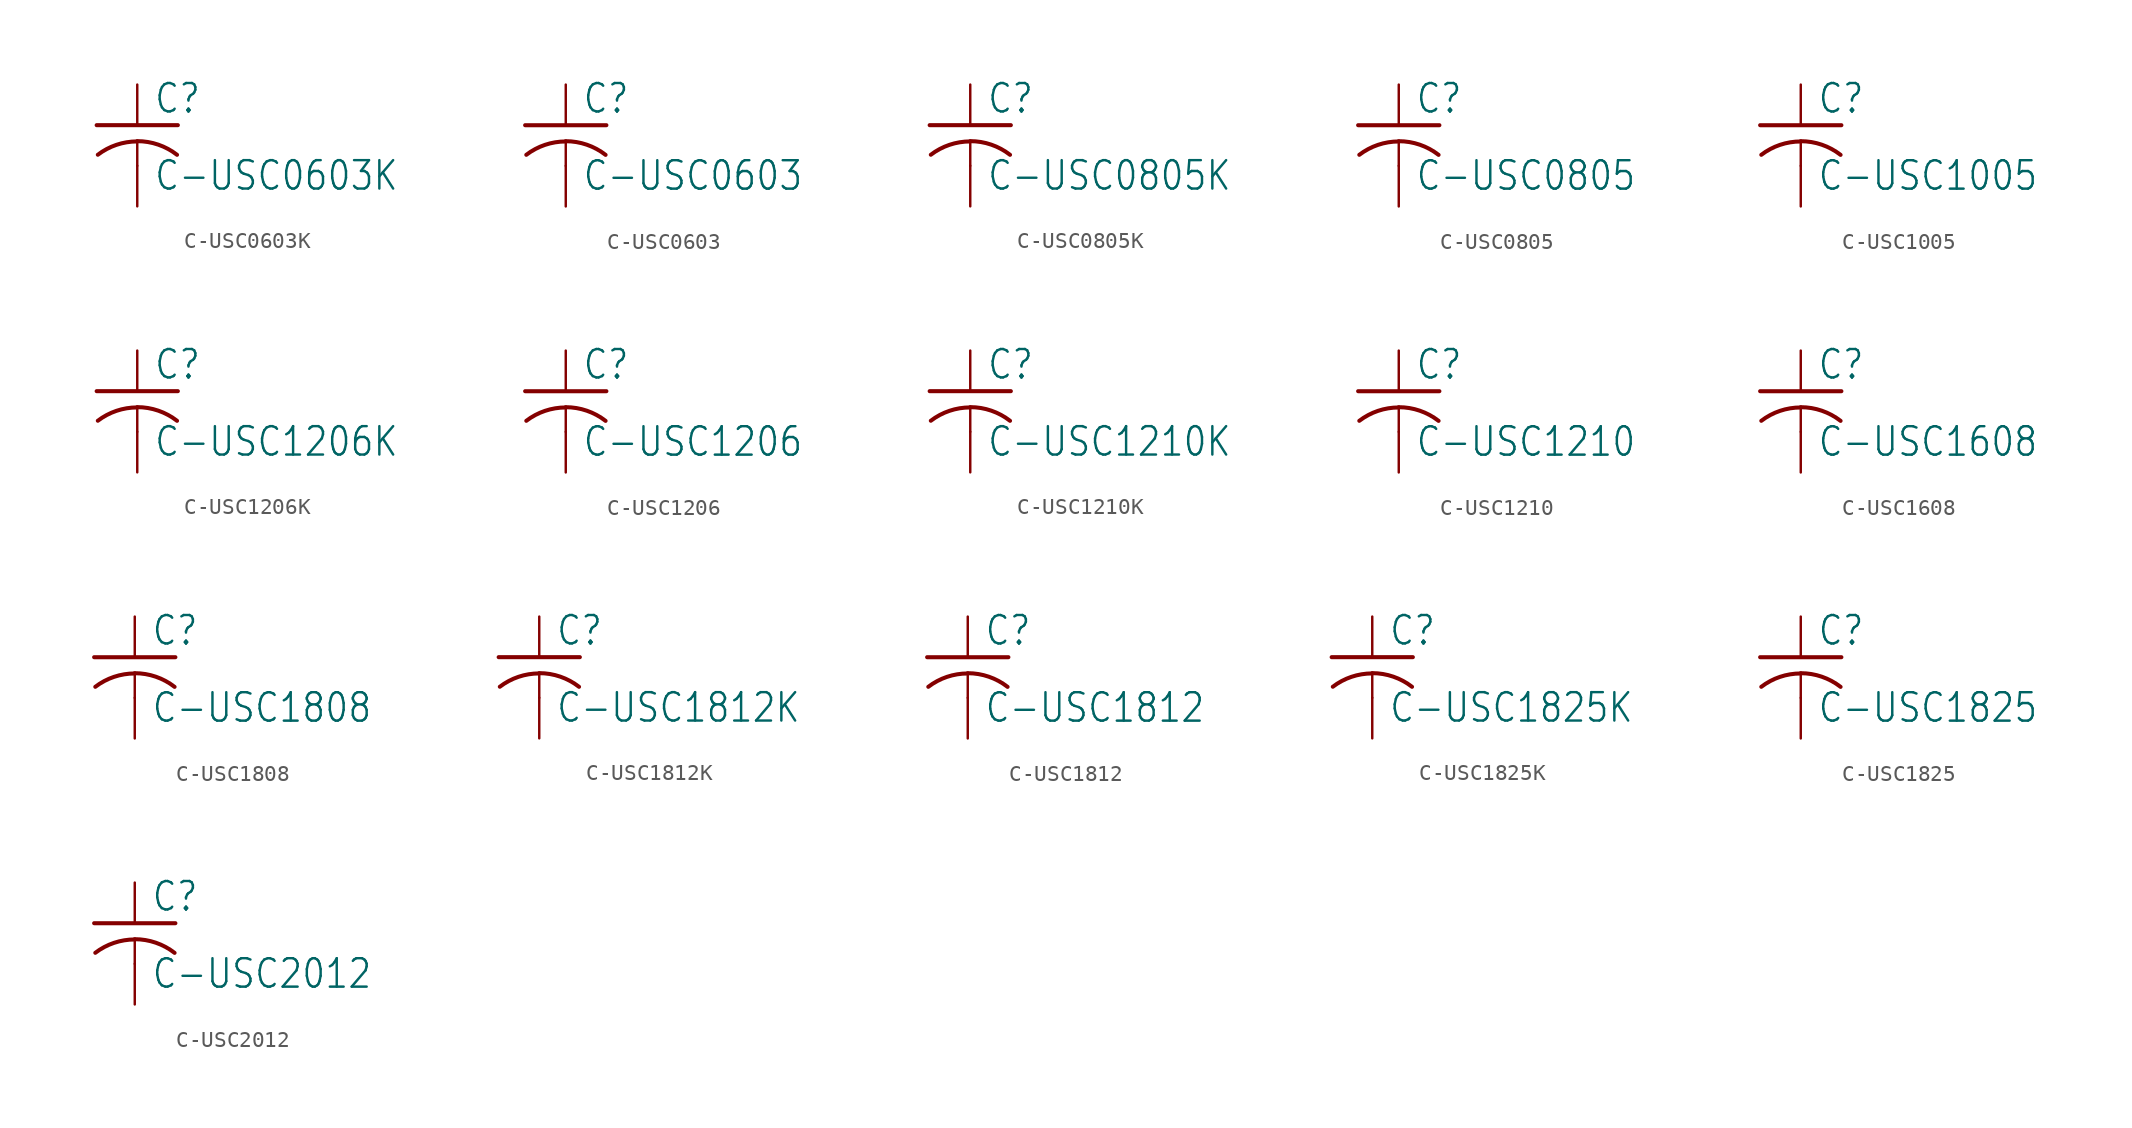
<source format=kicad_sym>
(kicad_symbol_lib
  (version 20201005)
  (generator kicad_symbol_editor)
  (symbol "C-USC0603K"
    (property "Reference" "C"
      (at 1.016 0.635 0)
      (effects (font (size 1.778 1.511)) (justify left bottom)))
    (property "Value" "C-USC0603K"
      (at 1.016 -4.191 0)
      (effects (font (size 1.778 1.511)) (justify left bottom)))
    (property "ki_locked" ""
      (at 0 0 0)
      (effects (font (size 1.27 1.27))))
    (symbol "C-USC0603K_1_0"
      (arc (start 0 -1.0161) (end -2.4668 -1.8504) (radius (at 0 -5.0799) (length 4.0638) (angles 90 127.4)) (stroke (width 0.254)) (fill (type none)))
      (arc (start 2.4892 -1.8542) (end 0 -1) (radius (at 0 -5.0542) (length 4.0541) (angles 52.1 90)) (stroke (width 0.254)) (fill (type none)))
      (polyline (pts (xy -2.54 0) (xy 2.54 0)) (stroke (width 0.254)) (fill (type none)))
      (polyline (pts (xy 0 -1.016) (xy 0 -2.54)) (stroke (width 0.152)) (fill (type none)))
      (pin passive line (at 0 2.54 270) (length 2.54) (name "1" (effects (font (size 0 0)))) (number "1" (effects (font (size 0 0)))))
      (pin passive line (at 0 -5.08 90) (length 2.54) (name "2" (effects (font (size 0 0)))) (number "2" (effects (font (size 0 0)))))))
  (symbol "C-USC0603"
    (property "Reference" "C"
      (at 1.016 0.635 0)
      (effects (font (size 1.778 1.511)) (justify left bottom)))
    (property "Value" "C-USC0603"
      (at 1.016 -4.191 0)
      (effects (font (size 1.778 1.511)) (justify left bottom)))
    (property "ki_locked" ""
      (at 0 0 0)
      (effects (font (size 1.27 1.27))))
    (symbol "C-USC0603_1_0"
      (arc (start 0 -1.0161) (end -2.4668 -1.8504) (radius (at 0 -5.0799) (length 4.0638) (angles 90 127.4)) (stroke (width 0.254)) (fill (type none)))
      (arc (start 2.4892 -1.8542) (end 0 -1) (radius (at 0 -5.0542) (length 4.0541) (angles 52.1 90)) (stroke (width 0.254)) (fill (type none)))
      (polyline (pts (xy -2.54 0) (xy 2.54 0)) (stroke (width 0.254)) (fill (type none)))
      (polyline (pts (xy 0 -1.016) (xy 0 -2.54)) (stroke (width 0.152)) (fill (type none)))
      (pin passive line (at 0 2.54 270) (length 2.54) (name "1" (effects (font (size 0 0)))) (number "1" (effects (font (size 0 0)))))
      (pin passive line (at 0 -5.08 90) (length 2.54) (name "2" (effects (font (size 0 0)))) (number "2" (effects (font (size 0 0)))))))
  (symbol "C-USC0805K"
    (property "Reference" "C"
      (at 1.016 0.635 0)
      (effects (font (size 1.778 1.511)) (justify left bottom)))
    (property "Value" "C-USC0805K"
      (at 1.016 -4.191 0)
      (effects (font (size 1.778 1.511)) (justify left bottom)))
    (property "ki_locked" ""
      (at 0 0 0)
      (effects (font (size 1.27 1.27))))
    (symbol "C-USC0805K_1_0"
      (arc (start 0 -1.0161) (end -2.4668 -1.8504) (radius (at 0 -5.0799) (length 4.0638) (angles 90 127.4)) (stroke (width 0.254)) (fill (type none)))
      (arc (start 2.4892 -1.8542) (end 0 -1) (radius (at 0 -5.0542) (length 4.0541) (angles 52.1 90)) (stroke (width 0.254)) (fill (type none)))
      (polyline (pts (xy -2.54 0) (xy 2.54 0)) (stroke (width 0.254)) (fill (type none)))
      (polyline (pts (xy 0 -1.016) (xy 0 -2.54)) (stroke (width 0.152)) (fill (type none)))
      (pin passive line (at 0 2.54 270) (length 2.54) (name "1" (effects (font (size 0 0)))) (number "1" (effects (font (size 0 0)))))
      (pin passive line (at 0 -5.08 90) (length 2.54) (name "2" (effects (font (size 0 0)))) (number "2" (effects (font (size 0 0)))))))
  (symbol "C-USC0805"
    (property "Reference" "C"
      (at 1.016 0.635 0)
      (effects (font (size 1.778 1.511)) (justify left bottom)))
    (property "Value" "C-USC0805"
      (at 1.016 -4.191 0)
      (effects (font (size 1.778 1.511)) (justify left bottom)))
    (property "ki_locked" ""
      (at 0 0 0)
      (effects (font (size 1.27 1.27))))
    (symbol "C-USC0805_1_0"
      (arc (start 0 -1.0161) (end -2.4668 -1.8504) (radius (at 0 -5.0799) (length 4.0638) (angles 90 127.4)) (stroke (width 0.254)) (fill (type none)))
      (arc (start 2.4892 -1.8542) (end 0 -1) (radius (at 0 -5.0542) (length 4.0541) (angles 52.1 90)) (stroke (width 0.254)) (fill (type none)))
      (polyline (pts (xy -2.54 0) (xy 2.54 0)) (stroke (width 0.254)) (fill (type none)))
      (polyline (pts (xy 0 -1.016) (xy 0 -2.54)) (stroke (width 0.152)) (fill (type none)))
      (pin passive line (at 0 2.54 270) (length 2.54) (name "1" (effects (font (size 0 0)))) (number "1" (effects (font (size 0 0)))))
      (pin passive line (at 0 -5.08 90) (length 2.54) (name "2" (effects (font (size 0 0)))) (number "2" (effects (font (size 0 0)))))))
  (symbol "C-USC1005"
    (property "Reference" "C"
      (at 1.016 0.635 0)
      (effects (font (size 1.778 1.511)) (justify left bottom)))
    (property "Value" "C-USC1005"
      (at 1.016 -4.191 0)
      (effects (font (size 1.778 1.511)) (justify left bottom)))
    (property "ki_locked" ""
      (at 0 0 0)
      (effects (font (size 1.27 1.27))))
    (symbol "C-USC1005_1_0"
      (arc (start 0 -1.0161) (end -2.4668 -1.8504) (radius (at 0 -5.0799) (length 4.0638) (angles 90 127.4)) (stroke (width 0.254)) (fill (type none)))
      (arc (start 2.4892 -1.8542) (end 0 -1) (radius (at 0 -5.0542) (length 4.0541) (angles 52.1 90)) (stroke (width 0.254)) (fill (type none)))
      (polyline (pts (xy -2.54 0) (xy 2.54 0)) (stroke (width 0.254)) (fill (type none)))
      (polyline (pts (xy 0 -1.016) (xy 0 -2.54)) (stroke (width 0.152)) (fill (type none)))
      (pin passive line (at 0 2.54 270) (length 2.54) (name "1" (effects (font (size 0 0)))) (number "1" (effects (font (size 0 0)))))
      (pin passive line (at 0 -5.08 90) (length 2.54) (name "2" (effects (font (size 0 0)))) (number "2" (effects (font (size 0 0)))))))
  (symbol "C-USC1206K"
    (property "Reference" "C"
      (at 1.016 0.635 0)
      (effects (font (size 1.778 1.511)) (justify left bottom)))
    (property "Value" "C-USC1206K"
      (at 1.016 -4.191 0)
      (effects (font (size 1.778 1.511)) (justify left bottom)))
    (property "ki_locked" ""
      (at 0 0 0)
      (effects (font (size 1.27 1.27))))
    (symbol "C-USC1206K_1_0"
      (arc (start 0 -1.0161) (end -2.4668 -1.8504) (radius (at 0 -5.0799) (length 4.0638) (angles 90 127.4)) (stroke (width 0.254)) (fill (type none)))
      (arc (start 2.4892 -1.8542) (end 0 -1) (radius (at 0 -5.0542) (length 4.0541) (angles 52.1 90)) (stroke (width 0.254)) (fill (type none)))
      (polyline (pts (xy -2.54 0) (xy 2.54 0)) (stroke (width 0.254)) (fill (type none)))
      (polyline (pts (xy 0 -1.016) (xy 0 -2.54)) (stroke (width 0.152)) (fill (type none)))
      (pin passive line (at 0 2.54 270) (length 2.54) (name "1" (effects (font (size 0 0)))) (number "1" (effects (font (size 0 0)))))
      (pin passive line (at 0 -5.08 90) (length 2.54) (name "2" (effects (font (size 0 0)))) (number "2" (effects (font (size 0 0)))))))
  (symbol "C-USC1206"
    (property "Reference" "C"
      (at 1.016 0.635 0)
      (effects (font (size 1.778 1.511)) (justify left bottom)))
    (property "Value" "C-USC1206"
      (at 1.016 -4.191 0)
      (effects (font (size 1.778 1.511)) (justify left bottom)))
    (property "ki_locked" ""
      (at 0 0 0)
      (effects (font (size 1.27 1.27))))
    (symbol "C-USC1206_1_0"
      (arc (start 0 -1.0161) (end -2.4668 -1.8504) (radius (at 0 -5.0799) (length 4.0638) (angles 90 127.4)) (stroke (width 0.254)) (fill (type none)))
      (arc (start 2.4892 -1.8542) (end 0 -1) (radius (at 0 -5.0542) (length 4.0541) (angles 52.1 90)) (stroke (width 0.254)) (fill (type none)))
      (polyline (pts (xy -2.54 0) (xy 2.54 0)) (stroke (width 0.254)) (fill (type none)))
      (polyline (pts (xy 0 -1.016) (xy 0 -2.54)) (stroke (width 0.152)) (fill (type none)))
      (pin passive line (at 0 2.54 270) (length 2.54) (name "1" (effects (font (size 0 0)))) (number "1" (effects (font (size 0 0)))))
      (pin passive line (at 0 -5.08 90) (length 2.54) (name "2" (effects (font (size 0 0)))) (number "2" (effects (font (size 0 0)))))))
  (symbol "C-USC1210K"
    (property "Reference" "C"
      (at 1.016 0.635 0)
      (effects (font (size 1.778 1.511)) (justify left bottom)))
    (property "Value" "C-USC1210K"
      (at 1.016 -4.191 0)
      (effects (font (size 1.778 1.511)) (justify left bottom)))
    (property "ki_locked" ""
      (at 0 0 0)
      (effects (font (size 1.27 1.27))))
    (symbol "C-USC1210K_1_0"
      (arc (start 0 -1.0161) (end -2.4668 -1.8504) (radius (at 0 -5.0799) (length 4.0638) (angles 90 127.4)) (stroke (width 0.254)) (fill (type none)))
      (arc (start 2.4892 -1.8542) (end 0 -1) (radius (at 0 -5.0542) (length 4.0541) (angles 52.1 90)) (stroke (width 0.254)) (fill (type none)))
      (polyline (pts (xy -2.54 0) (xy 2.54 0)) (stroke (width 0.254)) (fill (type none)))
      (polyline (pts (xy 0 -1.016) (xy 0 -2.54)) (stroke (width 0.152)) (fill (type none)))
      (pin passive line (at 0 2.54 270) (length 2.54) (name "1" (effects (font (size 0 0)))) (number "1" (effects (font (size 0 0)))))
      (pin passive line (at 0 -5.08 90) (length 2.54) (name "2" (effects (font (size 0 0)))) (number "2" (effects (font (size 0 0)))))))
  (symbol "C-USC1210"
    (property "Reference" "C"
      (at 1.016 0.635 0)
      (effects (font (size 1.778 1.511)) (justify left bottom)))
    (property "Value" "C-USC1210"
      (at 1.016 -4.191 0)
      (effects (font (size 1.778 1.511)) (justify left bottom)))
    (property "ki_locked" ""
      (at 0 0 0)
      (effects (font (size 1.27 1.27))))
    (symbol "C-USC1210_1_0"
      (arc (start 0 -1.0161) (end -2.4668 -1.8504) (radius (at 0 -5.0799) (length 4.0638) (angles 90 127.4)) (stroke (width 0.254)) (fill (type none)))
      (arc (start 2.4892 -1.8542) (end 0 -1) (radius (at 0 -5.0542) (length 4.0541) (angles 52.1 90)) (stroke (width 0.254)) (fill (type none)))
      (polyline (pts (xy -2.54 0) (xy 2.54 0)) (stroke (width 0.254)) (fill (type none)))
      (polyline (pts (xy 0 -1.016) (xy 0 -2.54)) (stroke (width 0.152)) (fill (type none)))
      (pin passive line (at 0 2.54 270) (length 2.54) (name "1" (effects (font (size 0 0)))) (number "1" (effects (font (size 0 0)))))
      (pin passive line (at 0 -5.08 90) (length 2.54) (name "2" (effects (font (size 0 0)))) (number "2" (effects (font (size 0 0)))))))
  (symbol "C-USC1608"
    (property "Reference" "C"
      (at 1.016 0.635 0)
      (effects (font (size 1.778 1.511)) (justify left bottom)))
    (property "Value" "C-USC1608"
      (at 1.016 -4.191 0)
      (effects (font (size 1.778 1.511)) (justify left bottom)))
    (property "ki_locked" ""
      (at 0 0 0)
      (effects (font (size 1.27 1.27))))
    (symbol "C-USC1608_1_0"
      (arc (start 0 -1.0161) (end -2.4668 -1.8504) (radius (at 0 -5.0799) (length 4.0638) (angles 90 127.4)) (stroke (width 0.254)) (fill (type none)))
      (arc (start 2.4892 -1.8542) (end 0 -1) (radius (at 0 -5.0542) (length 4.0541) (angles 52.1 90)) (stroke (width 0.254)) (fill (type none)))
      (polyline (pts (xy -2.54 0) (xy 2.54 0)) (stroke (width 0.254)) (fill (type none)))
      (polyline (pts (xy 0 -1.016) (xy 0 -2.54)) (stroke (width 0.152)) (fill (type none)))
      (pin passive line (at 0 2.54 270) (length 2.54) (name "1" (effects (font (size 0 0)))) (number "1" (effects (font (size 0 0)))))
      (pin passive line (at 0 -5.08 90) (length 2.54) (name "2" (effects (font (size 0 0)))) (number "2" (effects (font (size 0 0)))))))
  (symbol "C-USC1808"
    (property "Reference" "C"
      (at 1.016 0.635 0)
      (effects (font (size 1.778 1.511)) (justify left bottom)))
    (property "Value" "C-USC1808"
      (at 1.016 -4.191 0)
      (effects (font (size 1.778 1.511)) (justify left bottom)))
    (property "ki_locked" ""
      (at 0 0 0)
      (effects (font (size 1.27 1.27))))
    (symbol "C-USC1808_1_0"
      (arc (start 0 -1.0161) (end -2.4668 -1.8504) (radius (at 0 -5.0799) (length 4.0638) (angles 90 127.4)) (stroke (width 0.254)) (fill (type none)))
      (arc (start 2.4892 -1.8542) (end 0 -1) (radius (at 0 -5.0542) (length 4.0541) (angles 52.1 90)) (stroke (width 0.254)) (fill (type none)))
      (polyline (pts (xy -2.54 0) (xy 2.54 0)) (stroke (width 0.254)) (fill (type none)))
      (polyline (pts (xy 0 -1.016) (xy 0 -2.54)) (stroke (width 0.152)) (fill (type none)))
      (pin passive line (at 0 2.54 270) (length 2.54) (name "1" (effects (font (size 0 0)))) (number "1" (effects (font (size 0 0)))))
      (pin passive line (at 0 -5.08 90) (length 2.54) (name "2" (effects (font (size 0 0)))) (number "2" (effects (font (size 0 0)))))))
  (symbol "C-USC1812K"
    (property "Reference" "C"
      (at 1.016 0.635 0)
      (effects (font (size 1.778 1.511)) (justify left bottom)))
    (property "Value" "C-USC1812K"
      (at 1.016 -4.191 0)
      (effects (font (size 1.778 1.511)) (justify left bottom)))
    (property "ki_locked" ""
      (at 0 0 0)
      (effects (font (size 1.27 1.27))))
    (symbol "C-USC1812K_1_0"
      (arc (start 0 -1.0161) (end -2.4668 -1.8504) (radius (at 0 -5.0799) (length 4.0638) (angles 90 127.4)) (stroke (width 0.254)) (fill (type none)))
      (arc (start 2.4892 -1.8542) (end 0 -1) (radius (at 0 -5.0542) (length 4.0541) (angles 52.1 90)) (stroke (width 0.254)) (fill (type none)))
      (polyline (pts (xy -2.54 0) (xy 2.54 0)) (stroke (width 0.254)) (fill (type none)))
      (polyline (pts (xy 0 -1.016) (xy 0 -2.54)) (stroke (width 0.152)) (fill (type none)))
      (pin passive line (at 0 2.54 270) (length 2.54) (name "1" (effects (font (size 0 0)))) (number "1" (effects (font (size 0 0)))))
      (pin passive line (at 0 -5.08 90) (length 2.54) (name "2" (effects (font (size 0 0)))) (number "2" (effects (font (size 0 0)))))))
  (symbol "C-USC1812"
    (property "Reference" "C"
      (at 1.016 0.635 0)
      (effects (font (size 1.778 1.511)) (justify left bottom)))
    (property "Value" "C-USC1812"
      (at 1.016 -4.191 0)
      (effects (font (size 1.778 1.511)) (justify left bottom)))
    (property "ki_locked" ""
      (at 0 0 0)
      (effects (font (size 1.27 1.27))))
    (symbol "C-USC1812_1_0"
      (arc (start 0 -1.0161) (end -2.4668 -1.8504) (radius (at 0 -5.0799) (length 4.0638) (angles 90 127.4)) (stroke (width 0.254)) (fill (type none)))
      (arc (start 2.4892 -1.8542) (end 0 -1) (radius (at 0 -5.0542) (length 4.0541) (angles 52.1 90)) (stroke (width 0.254)) (fill (type none)))
      (polyline (pts (xy -2.54 0) (xy 2.54 0)) (stroke (width 0.254)) (fill (type none)))
      (polyline (pts (xy 0 -1.016) (xy 0 -2.54)) (stroke (width 0.152)) (fill (type none)))
      (pin passive line (at 0 2.54 270) (length 2.54) (name "1" (effects (font (size 0 0)))) (number "1" (effects (font (size 0 0)))))
      (pin passive line (at 0 -5.08 90) (length 2.54) (name "2" (effects (font (size 0 0)))) (number "2" (effects (font (size 0 0)))))))
  (symbol "C-USC1825K"
    (property "Reference" "C"
      (at 1.016 0.635 0)
      (effects (font (size 1.778 1.511)) (justify left bottom)))
    (property "Value" "C-USC1825K"
      (at 1.016 -4.191 0)
      (effects (font (size 1.778 1.511)) (justify left bottom)))
    (property "ki_locked" ""
      (at 0 0 0)
      (effects (font (size 1.27 1.27))))
    (symbol "C-USC1825K_1_0"
      (arc (start 0 -1.0161) (end -2.4668 -1.8504) (radius (at 0 -5.0799) (length 4.0638) (angles 90 127.4)) (stroke (width 0.254)) (fill (type none)))
      (arc (start 2.4892 -1.8542) (end 0 -1) (radius (at 0 -5.0542) (length 4.0541) (angles 52.1 90)) (stroke (width 0.254)) (fill (type none)))
      (polyline (pts (xy -2.54 0) (xy 2.54 0)) (stroke (width 0.254)) (fill (type none)))
      (polyline (pts (xy 0 -1.016) (xy 0 -2.54)) (stroke (width 0.152)) (fill (type none)))
      (pin passive line (at 0 2.54 270) (length 2.54) (name "1" (effects (font (size 0 0)))) (number "1" (effects (font (size 0 0)))))
      (pin passive line (at 0 -5.08 90) (length 2.54) (name "2" (effects (font (size 0 0)))) (number "2" (effects (font (size 0 0)))))))
  (symbol "C-USC1825"
    (property "Reference" "C"
      (at 1.016 0.635 0)
      (effects (font (size 1.778 1.511)) (justify left bottom)))
    (property "Value" "C-USC1825"
      (at 1.016 -4.191 0)
      (effects (font (size 1.778 1.511)) (justify left bottom)))
    (property "ki_locked" ""
      (at 0 0 0)
      (effects (font (size 1.27 1.27))))
    (symbol "C-USC1825_1_0"
      (arc (start 0 -1.0161) (end -2.4668 -1.8504) (radius (at 0 -5.0799) (length 4.0638) (angles 90 127.4)) (stroke (width 0.254)) (fill (type none)))
      (arc (start 2.4892 -1.8542) (end 0 -1) (radius (at 0 -5.0542) (length 4.0541) (angles 52.1 90)) (stroke (width 0.254)) (fill (type none)))
      (polyline (pts (xy -2.54 0) (xy 2.54 0)) (stroke (width 0.254)) (fill (type none)))
      (polyline (pts (xy 0 -1.016) (xy 0 -2.54)) (stroke (width 0.152)) (fill (type none)))
      (pin passive line (at 0 2.54 270) (length 2.54) (name "1" (effects (font (size 0 0)))) (number "1" (effects (font (size 0 0)))))
      (pin passive line (at 0 -5.08 90) (length 2.54) (name "2" (effects (font (size 0 0)))) (number "2" (effects (font (size 0 0)))))))
  (symbol "C-USC2012"
    (property "Reference" "C"
      (at 1.016 0.635 0)
      (effects (font (size 1.778 1.511)) (justify left bottom)))
    (property "Value" "C-USC2012"
      (at 1.016 -4.191 0)
      (effects (font (size 1.778 1.511)) (justify left bottom)))
    (property "ki_locked" ""
      (at 0 0 0)
      (effects (font (size 1.27 1.27))))
    (symbol "C-USC2012_1_0"
      (arc (start 0 -1.0161) (end -2.4668 -1.8504) (radius (at 0 -5.0799) (length 4.0638) (angles 90 127.4)) (stroke (width 0.254)) (fill (type none)))
      (arc (start 2.4892 -1.8542) (end 0 -1) (radius (at 0 -5.0542) (length 4.0541) (angles 52.1 90)) (stroke (width 0.254)) (fill (type none)))
      (polyline (pts (xy -2.54 0) (xy 2.54 0)) (stroke (width 0.254)) (fill (type none)))
      (polyline (pts (xy 0 -1.016) (xy 0 -2.54)) (stroke (width 0.152)) (fill (type none)))
      (pin passive line (at 0 2.54 270) (length 2.54) (name "1" (effects (font (size 0 0)))) (number "1" (effects (font (size 0 0)))))
      (pin passive line (at 0 -5.08 90) (length 2.54) (name "2" (effects (font (size 0 0)))) (number "2" (effects (font (size 0 0))))))))
</source>
